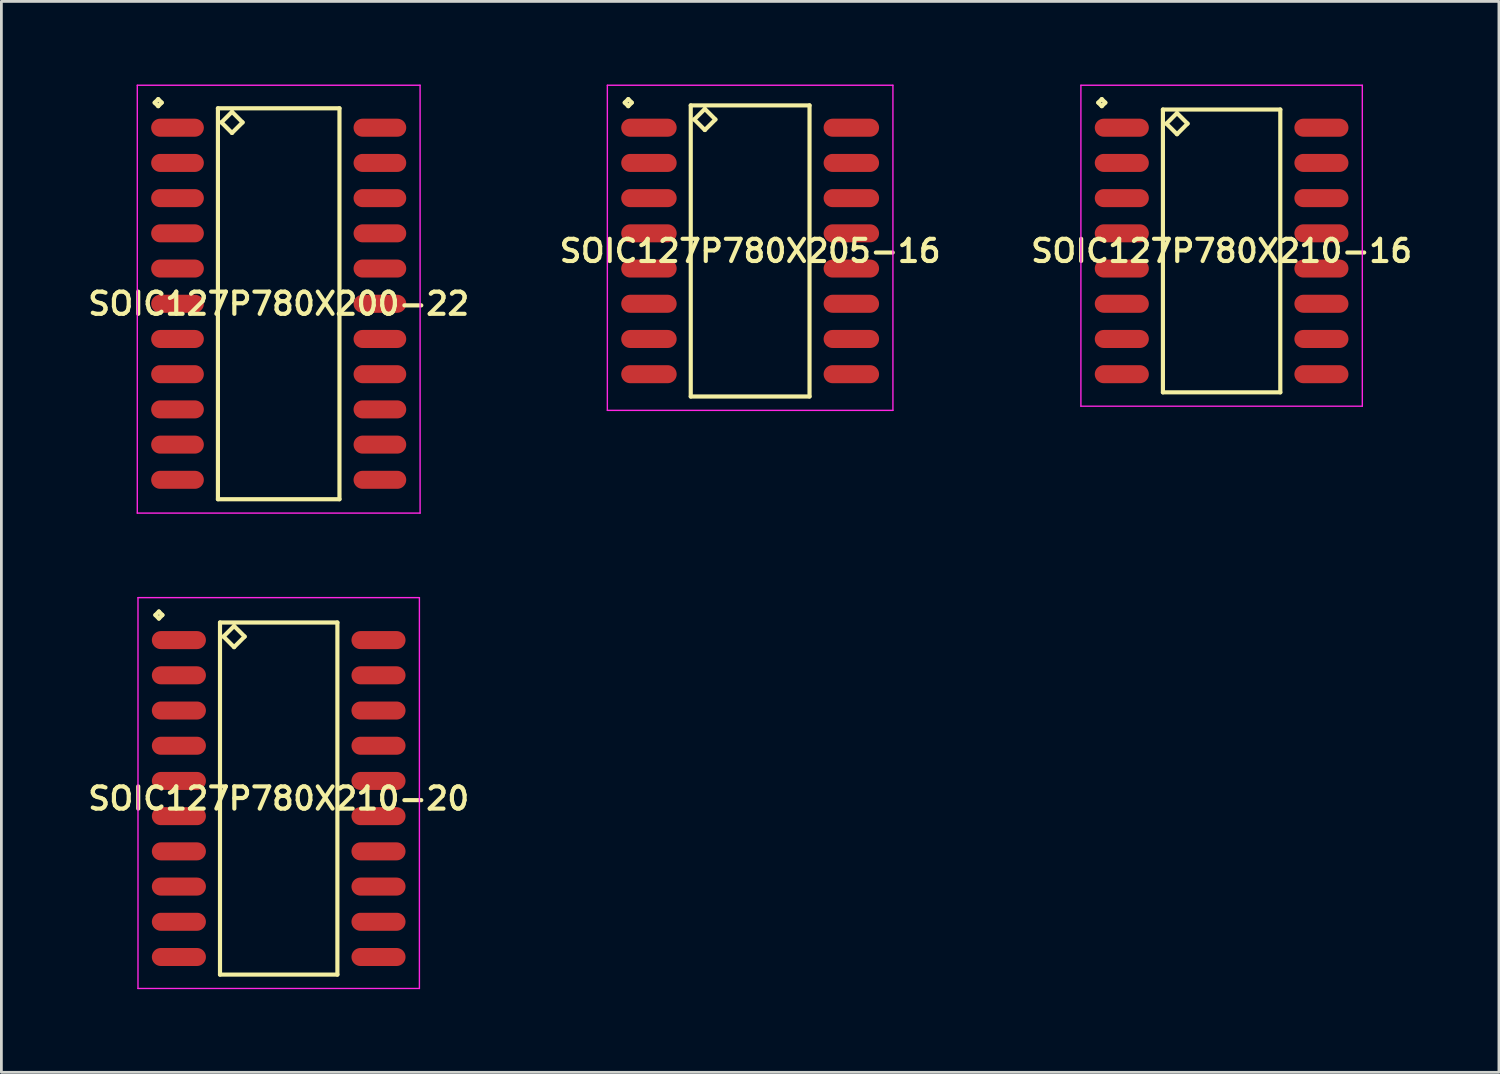
<source format=kicad_pcb>
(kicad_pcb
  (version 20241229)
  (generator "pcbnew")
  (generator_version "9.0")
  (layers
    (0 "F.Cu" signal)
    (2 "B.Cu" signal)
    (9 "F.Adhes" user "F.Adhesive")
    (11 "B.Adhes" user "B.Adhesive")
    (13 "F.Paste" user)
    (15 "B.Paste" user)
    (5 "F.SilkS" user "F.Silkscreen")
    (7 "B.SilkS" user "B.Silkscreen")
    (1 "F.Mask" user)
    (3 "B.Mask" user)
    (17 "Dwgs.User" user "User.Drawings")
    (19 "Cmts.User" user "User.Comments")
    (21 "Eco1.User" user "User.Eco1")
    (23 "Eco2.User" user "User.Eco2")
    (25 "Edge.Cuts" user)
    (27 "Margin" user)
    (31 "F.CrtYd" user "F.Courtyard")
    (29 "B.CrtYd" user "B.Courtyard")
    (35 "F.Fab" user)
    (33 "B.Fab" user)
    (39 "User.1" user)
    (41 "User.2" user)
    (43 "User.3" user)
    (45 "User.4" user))
  (footprint "SOIC127P780X205-16"
    (layer "F.Cu")
    (at 24.006 6.001)
    (property "Reference" "SOIC127P780X205-16" (at 0 0 0) (layer "F.SilkS") (effects (font (size 0.8 0.8) (thickness 0.15))))
    (attr smd)
    (fp_line (start -4.523 -5.349) (end -4.396 -5.476) (stroke (width 0.15) (type solid)) (layer "F.SilkS"))
    (fp_line (start -4.396 -5.476) (end -4.269 -5.349) (stroke (width 0.15) (type solid)) (layer "F.SilkS"))
    (fp_line (start -4.396 -5.222) (end -4.523 -5.349) (stroke (width 0.15) (type solid)) (layer "F.SilkS"))
    (fp_line (start -4.269 -5.349) (end -4.396 -5.222) (stroke (width 0.15) (type solid)) (layer "F.SilkS"))
    (fp_line (start -2.142 -5.25) (end -2.142 5.25) (stroke (width 0.15) (type solid)) (layer "F.SilkS"))
    (fp_line (start -2.142 5.25) (end 2.142 5.25) (stroke (width 0.15) (type solid)) (layer "F.SilkS"))
    (fp_line (start -2.015 -4.742) (end -1.634 -5.123) (stroke (width 0.15) (type solid)) (layer "F.SilkS"))
    (fp_line (start -1.634 -5.123) (end -1.253 -4.742) (stroke (width 0.15) (type solid)) (layer "F.SilkS"))
    (fp_line (start -1.634 -4.361) (end -2.015 -4.742) (stroke (width 0.15) (type solid)) (layer "F.SilkS"))
    (fp_line (start -1.253 -4.742) (end -1.634 -4.361) (stroke (width 0.15) (type solid)) (layer "F.SilkS"))
    (fp_line (start 2.142 -5.25) (end -2.142 -5.25) (stroke (width 0.15) (type solid)) (layer "F.SilkS"))
    (fp_line (start 2.142 5.25) (end 2.142 -5.25) (stroke (width 0.15) (type solid)) (layer "F.SilkS"))
    (fp_line (start -5.15 -5.976) (end 5.15 -5.976) (stroke (width 0.05) (type solid)) (layer "F.CrtYd"))
    (fp_line (start -5.15 5.75) (end -5.15 -5.976) (stroke (width 0.05) (type solid)) (layer "F.CrtYd"))
    (fp_line (start 5.15 -5.976) (end 5.15 5.75) (stroke (width 0.05) (type solid)) (layer "F.CrtYd"))
    (fp_line (start 5.15 5.75) (end -5.15 5.75) (stroke (width 0.05) (type solid)) (layer "F.CrtYd"))
    (pad "1" smd oval (at -3.65 -4.445) (size 2 0.65) (layers "F.Cu" "F.Mask" "F.Paste"))
    (pad "2" smd oval (at -3.65 -3.175) (size 2 0.65) (layers "F.Cu" "F.Mask" "F.Paste"))
    (pad "3" smd oval (at -3.65 -1.905) (size 2 0.65) (layers "F.Cu" "F.Mask" "F.Paste"))
    (pad "4" smd oval (at -3.65 -0.635) (size 2 0.65) (layers "F.Cu" "F.Mask" "F.Paste"))
    (pad "5" smd oval (at -3.65 0.635) (size 2 0.65) (layers "F.Cu" "F.Mask" "F.Paste"))
    (pad "6" smd oval (at -3.65 1.905) (size 2 0.65) (layers "F.Cu" "F.Mask" "F.Paste"))
    (pad "7" smd oval (at -3.65 3.175) (size 2 0.65) (layers "F.Cu" "F.Mask" "F.Paste"))
    (pad "8" smd oval (at -3.65 4.445) (size 2 0.65) (layers "F.Cu" "F.Mask" "F.Paste"))
    (pad "9" smd oval (at 3.65 4.445) (size 2 0.65) (layers "F.Cu" "F.Mask" "F.Paste"))
    (pad "10" smd oval (at 3.65 3.175) (size 2 0.65) (layers "F.Cu" "F.Mask" "F.Paste"))
    (pad "11" smd oval (at 3.65 1.905) (size 2 0.65) (layers "F.Cu" "F.Mask" "F.Paste"))
    (pad "12" smd oval (at 3.65 0.635) (size 2 0.65) (layers "F.Cu" "F.Mask" "F.Paste"))
    (pad "13" smd oval (at 3.65 -0.635) (size 2 0.65) (layers "F.Cu" "F.Mask" "F.Paste"))
    (pad "14" smd oval (at 3.65 -1.905) (size 2 0.65) (layers "F.Cu" "F.Mask" "F.Paste"))
    (pad "15" smd oval (at 3.65 -3.175) (size 2 0.65) (layers "F.Cu" "F.Mask" "F.Paste"))
    (pad "16" smd oval (at 3.65 -4.445) (size 2 0.65) (layers "F.Cu" "F.Mask" "F.Paste")))
  (footprint "SOIC127P780X210-20"
    (layer "F.Cu")
    (at 7.002 25.752)
    (property "Reference" "SOIC127P780X210-20" (at 0 0 0) (layer "F.SilkS") (effects (font (size 0.8 0.8) (thickness 0.15))))
    (attr smd)
    (fp_line (start -4.448 -6.619) (end -4.321 -6.746) (stroke (width 0.15) (type solid)) (layer "F.SilkS"))
    (fp_line (start -4.321 -6.746) (end -4.194 -6.619) (stroke (width 0.15) (type solid)) (layer "F.SilkS"))
    (fp_line (start -4.321 -6.492) (end -4.448 -6.619) (stroke (width 0.15) (type solid)) (layer "F.SilkS"))
    (fp_line (start -4.194 -6.619) (end -4.321 -6.492) (stroke (width 0.15) (type solid)) (layer "F.SilkS"))
    (fp_line (start -2.117 -6.35) (end -2.117 6.35) (stroke (width 0.15) (type solid)) (layer "F.SilkS"))
    (fp_line (start -2.117 6.35) (end 2.117 6.35) (stroke (width 0.15) (type solid)) (layer "F.SilkS"))
    (fp_line (start -1.99 -5.842) (end -1.609 -6.223) (stroke (width 0.15) (type solid)) (layer "F.SilkS"))
    (fp_line (start -1.609 -6.223) (end -1.228 -5.842) (stroke (width 0.15) (type solid)) (layer "F.SilkS"))
    (fp_line (start -1.609 -5.461) (end -1.99 -5.842) (stroke (width 0.15) (type solid)) (layer "F.SilkS"))
    (fp_line (start -1.228 -5.842) (end -1.609 -5.461) (stroke (width 0.15) (type solid)) (layer "F.SilkS"))
    (fp_line (start 2.117 -6.35) (end -2.117 -6.35) (stroke (width 0.15) (type solid)) (layer "F.SilkS"))
    (fp_line (start 2.117 6.35) (end 2.117 -6.35) (stroke (width 0.15) (type solid)) (layer "F.SilkS"))
    (fp_line (start -5.075 -7.246) (end 5.075 -7.246) (stroke (width 0.05) (type solid)) (layer "F.CrtYd"))
    (fp_line (start -5.075 6.85) (end -5.075 -7.246) (stroke (width 0.05) (type solid)) (layer "F.CrtYd"))
    (fp_line (start 5.075 -7.246) (end 5.075 6.85) (stroke (width 0.05) (type solid)) (layer "F.CrtYd"))
    (fp_line (start 5.075 6.85) (end -5.075 6.85) (stroke (width 0.05) (type solid)) (layer "F.CrtYd"))
    (pad "1" smd oval (at -3.6 -5.715) (size 1.95 0.65) (layers "F.Cu" "F.Mask" "F.Paste"))
    (pad "2" smd oval (at -3.6 -4.445) (size 1.95 0.65) (layers "F.Cu" "F.Mask" "F.Paste"))
    (pad "3" smd oval (at -3.6 -3.175) (size 1.95 0.65) (layers "F.Cu" "F.Mask" "F.Paste"))
    (pad "4" smd oval (at -3.6 -1.905) (size 1.95 0.65) (layers "F.Cu" "F.Mask" "F.Paste"))
    (pad "5" smd oval (at -3.6 -0.635) (size 1.95 0.65) (layers "F.Cu" "F.Mask" "F.Paste"))
    (pad "6" smd oval (at -3.6 0.635) (size 1.95 0.65) (layers "F.Cu" "F.Mask" "F.Paste"))
    (pad "7" smd oval (at -3.6 1.905) (size 1.95 0.65) (layers "F.Cu" "F.Mask" "F.Paste"))
    (pad "8" smd oval (at -3.6 3.175) (size 1.95 0.65) (layers "F.Cu" "F.Mask" "F.Paste"))
    (pad "9" smd oval (at -3.6 4.445) (size 1.95 0.65) (layers "F.Cu" "F.Mask" "F.Paste"))
    (pad "10" smd oval (at -3.6 5.715) (size 1.95 0.65) (layers "F.Cu" "F.Mask" "F.Paste"))
    (pad "11" smd oval (at 3.6 5.715) (size 1.95 0.65) (layers "F.Cu" "F.Mask" "F.Paste"))
    (pad "12" smd oval (at 3.6 4.445) (size 1.95 0.65) (layers "F.Cu" "F.Mask" "F.Paste"))
    (pad "13" smd oval (at 3.6 3.175) (size 1.95 0.65) (layers "F.Cu" "F.Mask" "F.Paste"))
    (pad "14" smd oval (at 3.6 1.905) (size 1.95 0.65) (layers "F.Cu" "F.Mask" "F.Paste"))
    (pad "15" smd oval (at 3.6 0.635) (size 1.95 0.65) (layers "F.Cu" "F.Mask" "F.Paste"))
    (pad "16" smd oval (at 3.6 -0.635) (size 1.95 0.65) (layers "F.Cu" "F.Mask" "F.Paste"))
    (pad "17" smd oval (at 3.6 -1.905) (size 1.95 0.65) (layers "F.Cu" "F.Mask" "F.Paste"))
    (pad "18" smd oval (at 3.6 -3.175) (size 1.95 0.65) (layers "F.Cu" "F.Mask" "F.Paste"))
    (pad "19" smd oval (at 3.6 -4.445) (size 1.95 0.65) (layers "F.Cu" "F.Mask" "F.Paste"))
    (pad "20" smd oval (at 3.6 -5.715) (size 1.95 0.65) (layers "F.Cu" "F.Mask" "F.Paste")))
  (footprint "SOIC127P780X210-16"
    (layer "F.Cu")
    (at 41.011 6.001)
    (property "Reference" "SOIC127P780X210-16" (at 0 0 0) (layer "F.SilkS") (effects (font (size 0.8 0.8) (thickness 0.15))))
    (attr smd)
    (fp_line (start -4.448 -5.349) (end -4.321 -5.476) (stroke (width 0.15) (type solid)) (layer "F.SilkS"))
    (fp_line (start -4.321 -5.476) (end -4.194 -5.349) (stroke (width 0.15) (type solid)) (layer "F.SilkS"))
    (fp_line (start -4.321 -5.222) (end -4.448 -5.349) (stroke (width 0.15) (type solid)) (layer "F.SilkS"))
    (fp_line (start -4.194 -5.349) (end -4.321 -5.222) (stroke (width 0.15) (type solid)) (layer "F.SilkS"))
    (fp_line (start -2.117 -5.1) (end -2.117 5.1) (stroke (width 0.15) (type solid)) (layer "F.SilkS"))
    (fp_line (start -2.117 5.1) (end 2.117 5.1) (stroke (width 0.15) (type solid)) (layer "F.SilkS"))
    (fp_line (start -1.99 -4.592) (end -1.609 -4.973) (stroke (width 0.15) (type solid)) (layer "F.SilkS"))
    (fp_line (start -1.609 -4.973) (end -1.228 -4.592) (stroke (width 0.15) (type solid)) (layer "F.SilkS"))
    (fp_line (start -1.609 -4.211) (end -1.99 -4.592) (stroke (width 0.15) (type solid)) (layer "F.SilkS"))
    (fp_line (start -1.228 -4.592) (end -1.609 -4.211) (stroke (width 0.15) (type solid)) (layer "F.SilkS"))
    (fp_line (start 2.117 -5.1) (end -2.117 -5.1) (stroke (width 0.15) (type solid)) (layer "F.SilkS"))
    (fp_line (start 2.117 5.1) (end 2.117 -5.1) (stroke (width 0.15) (type solid)) (layer "F.SilkS"))
    (fp_line (start -5.075 -5.976) (end 5.075 -5.976) (stroke (width 0.05) (type solid)) (layer "F.CrtYd"))
    (fp_line (start -5.075 5.6) (end -5.075 -5.976) (stroke (width 0.05) (type solid)) (layer "F.CrtYd"))
    (fp_line (start 5.075 -5.976) (end 5.075 5.6) (stroke (width 0.05) (type solid)) (layer "F.CrtYd"))
    (fp_line (start 5.075 5.6) (end -5.075 5.6) (stroke (width 0.05) (type solid)) (layer "F.CrtYd"))
    (pad "1" smd oval (at -3.6 -4.445) (size 1.95 0.65) (layers "F.Cu" "F.Mask" "F.Paste"))
    (pad "2" smd oval (at -3.6 -3.175) (size 1.95 0.65) (layers "F.Cu" "F.Mask" "F.Paste"))
    (pad "3" smd oval (at -3.6 -1.905) (size 1.95 0.65) (layers "F.Cu" "F.Mask" "F.Paste"))
    (pad "4" smd oval (at -3.6 -0.635) (size 1.95 0.65) (layers "F.Cu" "F.Mask" "F.Paste"))
    (pad "5" smd oval (at -3.6 0.635) (size 1.95 0.65) (layers "F.Cu" "F.Mask" "F.Paste"))
    (pad "6" smd oval (at -3.6 1.905) (size 1.95 0.65) (layers "F.Cu" "F.Mask" "F.Paste"))
    (pad "7" smd oval (at -3.6 3.175) (size 1.95 0.65) (layers "F.Cu" "F.Mask" "F.Paste"))
    (pad "8" smd oval (at -3.6 4.445) (size 1.95 0.65) (layers "F.Cu" "F.Mask" "F.Paste"))
    (pad "9" smd oval (at 3.6 4.445) (size 1.95 0.65) (layers "F.Cu" "F.Mask" "F.Paste"))
    (pad "10" smd oval (at 3.6 3.175) (size 1.95 0.65) (layers "F.Cu" "F.Mask" "F.Paste"))
    (pad "11" smd oval (at 3.6 1.905) (size 1.95 0.65) (layers "F.Cu" "F.Mask" "F.Paste"))
    (pad "12" smd oval (at 3.6 0.635) (size 1.95 0.65) (layers "F.Cu" "F.Mask" "F.Paste"))
    (pad "13" smd oval (at 3.6 -0.635) (size 1.95 0.65) (layers "F.Cu" "F.Mask" "F.Paste"))
    (pad "14" smd oval (at 3.6 -1.905) (size 1.95 0.65) (layers "F.Cu" "F.Mask" "F.Paste"))
    (pad "15" smd oval (at 3.6 -3.175) (size 1.95 0.65) (layers "F.Cu" "F.Mask" "F.Paste"))
    (pad "16" smd oval (at 3.6 -4.445) (size 1.95 0.65) (layers "F.Cu" "F.Mask" "F.Paste")))
  (footprint "SOIC127P780X200-22"
    (layer "F.Cu")
    (at 7.002 7.906)
    (property "Reference" "SOIC127P780X200-22" (at 0 0 0) (layer "F.SilkS") (effects (font (size 0.8 0.8) (thickness 0.15))))
    (attr smd)
    (fp_line (start -4.473 -7.254) (end -4.346 -7.381) (stroke (width 0.15) (type solid)) (layer "F.SilkS"))
    (fp_line (start -4.346 -7.381) (end -4.219 -7.254) (stroke (width 0.15) (type solid)) (layer "F.SilkS"))
    (fp_line (start -4.346 -7.127) (end -4.473 -7.254) (stroke (width 0.15) (type solid)) (layer "F.SilkS"))
    (fp_line (start -4.219 -7.254) (end -4.346 -7.127) (stroke (width 0.15) (type solid)) (layer "F.SilkS"))
    (fp_line (start -2.192 -7.05) (end -2.192 7.05) (stroke (width 0.15) (type solid)) (layer "F.SilkS"))
    (fp_line (start -2.192 7.05) (end 2.192 7.05) (stroke (width 0.15) (type solid)) (layer "F.SilkS"))
    (fp_line (start -2.065 -6.542) (end -1.684 -6.923) (stroke (width 0.15) (type solid)) (layer "F.SilkS"))
    (fp_line (start -1.684 -6.923) (end -1.303 -6.542) (stroke (width 0.15) (type solid)) (layer "F.SilkS"))
    (fp_line (start -1.684 -6.161) (end -2.065 -6.542) (stroke (width 0.15) (type solid)) (layer "F.SilkS"))
    (fp_line (start -1.303 -6.542) (end -1.684 -6.161) (stroke (width 0.15) (type solid)) (layer "F.SilkS"))
    (fp_line (start 2.192 -7.05) (end -2.192 -7.05) (stroke (width 0.15) (type solid)) (layer "F.SilkS"))
    (fp_line (start 2.192 7.05) (end 2.192 -7.05) (stroke (width 0.15) (type solid)) (layer "F.SilkS"))
    (fp_line (start -5.1 -7.881) (end 5.1 -7.881) (stroke (width 0.05) (type solid)) (layer "F.CrtYd"))
    (fp_line (start -5.1 7.55) (end -5.1 -7.881) (stroke (width 0.05) (type solid)) (layer "F.CrtYd"))
    (fp_line (start 5.1 -7.881) (end 5.1 7.55) (stroke (width 0.05) (type solid)) (layer "F.CrtYd"))
    (fp_line (start 5.1 7.55) (end -5.1 7.55) (stroke (width 0.05) (type solid)) (layer "F.CrtYd"))
    (pad "1" smd oval (at -3.65 -6.35) (size 1.9 0.65) (layers "F.Cu" "F.Mask" "F.Paste"))
    (pad "2" smd oval (at -3.65 -5.08) (size 1.9 0.65) (layers "F.Cu" "F.Mask" "F.Paste"))
    (pad "3" smd oval (at -3.65 -3.81) (size 1.9 0.65) (layers "F.Cu" "F.Mask" "F.Paste"))
    (pad "4" smd oval (at -3.65 -2.54) (size 1.9 0.65) (layers "F.Cu" "F.Mask" "F.Paste"))
    (pad "5" smd oval (at -3.65 -1.27) (size 1.9 0.65) (layers "F.Cu" "F.Mask" "F.Paste"))
    (pad "6" smd oval (at -3.65 0) (size 1.9 0.65) (layers "F.Cu" "F.Mask" "F.Paste"))
    (pad "7" smd oval (at -3.65 1.27) (size 1.9 0.65) (layers "F.Cu" "F.Mask" "F.Paste"))
    (pad "8" smd oval (at -3.65 2.54) (size 1.9 0.65) (layers "F.Cu" "F.Mask" "F.Paste"))
    (pad "9" smd oval (at -3.65 3.81) (size 1.9 0.65) (layers "F.Cu" "F.Mask" "F.Paste"))
    (pad "10" smd oval (at -3.65 5.08) (size 1.9 0.65) (layers "F.Cu" "F.Mask" "F.Paste"))
    (pad "11" smd oval (at -3.65 6.35) (size 1.9 0.65) (layers "F.Cu" "F.Mask" "F.Paste"))
    (pad "12" smd oval (at 3.65 6.35) (size 1.9 0.65) (layers "F.Cu" "F.Mask" "F.Paste"))
    (pad "13" smd oval (at 3.65 5.08) (size 1.9 0.65) (layers "F.Cu" "F.Mask" "F.Paste"))
    (pad "14" smd oval (at 3.65 3.81) (size 1.9 0.65) (layers "F.Cu" "F.Mask" "F.Paste"))
    (pad "15" smd oval (at 3.65 2.54) (size 1.9 0.65) (layers "F.Cu" "F.Mask" "F.Paste"))
    (pad "16" smd oval (at 3.65 1.27) (size 1.9 0.65) (layers "F.Cu" "F.Mask" "F.Paste"))
    (pad "17" smd oval (at 3.65 0) (size 1.9 0.65) (layers "F.Cu" "F.Mask" "F.Paste"))
    (pad "18" smd oval (at 3.65 -1.27) (size 1.9 0.65) (layers "F.Cu" "F.Mask" "F.Paste"))
    (pad "19" smd oval (at 3.65 -2.54) (size 1.9 0.65) (layers "F.Cu" "F.Mask" "F.Paste"))
    (pad "20" smd oval (at 3.65 -3.81) (size 1.9 0.65) (layers "F.Cu" "F.Mask" "F.Paste"))
    (pad "21" smd oval (at 3.65 -5.08) (size 1.9 0.65) (layers "F.Cu" "F.Mask" "F.Paste"))
    (pad "22" smd oval (at 3.65 -6.35) (size 1.9 0.65) (layers "F.Cu" "F.Mask" "F.Paste")))
  (gr_rect
    (start -3 -3)
    (end 51.013 35.627)
    (stroke (width 0.1) (type default))
    (fill no)
    (layer "Edge.Cuts")))
</source>
